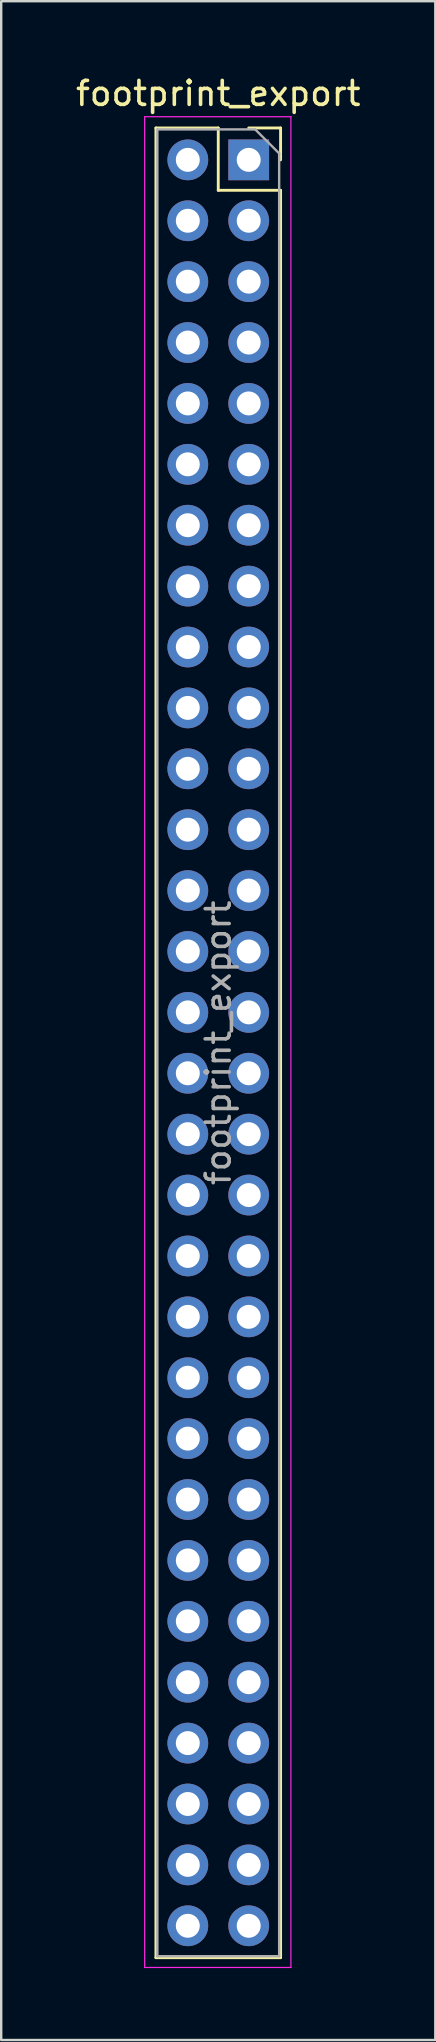
<source format=kicad_pcb>
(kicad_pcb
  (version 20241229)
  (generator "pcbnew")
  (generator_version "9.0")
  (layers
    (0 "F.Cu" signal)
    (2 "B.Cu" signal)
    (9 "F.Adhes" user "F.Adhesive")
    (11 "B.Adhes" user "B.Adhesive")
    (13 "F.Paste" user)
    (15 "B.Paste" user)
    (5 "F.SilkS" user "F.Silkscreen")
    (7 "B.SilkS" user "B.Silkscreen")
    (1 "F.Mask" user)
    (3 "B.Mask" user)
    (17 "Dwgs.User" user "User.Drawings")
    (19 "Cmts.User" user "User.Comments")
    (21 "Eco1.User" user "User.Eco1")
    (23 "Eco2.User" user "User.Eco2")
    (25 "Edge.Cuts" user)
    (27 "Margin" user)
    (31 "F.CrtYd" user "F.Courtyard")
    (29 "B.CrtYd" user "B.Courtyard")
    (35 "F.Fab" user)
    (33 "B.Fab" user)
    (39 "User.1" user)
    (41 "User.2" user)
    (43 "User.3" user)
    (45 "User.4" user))
  (footprint "footprint_export"
    (layer "F.Cu")
    (at 7.324 3.618)
    (property "Reference" "footprint_export" (at -1.27 -2.77 0) (layer "F.SilkS") (effects (font (size 1 1) (thickness 0.15))))
    (attr through_hole)
    (fp_line (start -3.87 -1.33) (end -3.87 74.99) (stroke (width 0.12) (type solid)) (layer "F.SilkS"))
    (fp_line (start -3.87 -1.33) (end -1.27 -1.33) (stroke (width 0.12) (type solid)) (layer "F.SilkS"))
    (fp_line (start -3.87 74.99) (end 1.33 74.99) (stroke (width 0.12) (type solid)) (layer "F.SilkS"))
    (fp_line (start -1.27 -1.33) (end -1.27 1.27) (stroke (width 0.12) (type solid)) (layer "F.SilkS"))
    (fp_line (start -1.27 1.27) (end 1.33 1.27) (stroke (width 0.12) (type solid)) (layer "F.SilkS"))
    (fp_line (start 0 -1.33) (end 1.33 -1.33) (stroke (width 0.12) (type solid)) (layer "F.SilkS"))
    (fp_line (start 1.33 -1.33) (end 1.33 0) (stroke (width 0.12) (type solid)) (layer "F.SilkS"))
    (fp_line (start 1.33 1.27) (end 1.33 74.99) (stroke (width 0.12) (type solid)) (layer "F.SilkS"))
    (fp_line (start -4.34 -1.8) (end 1.76 -1.8) (stroke (width 0.05) (type solid)) (layer "F.CrtYd"))
    (fp_line (start -4.34 75.4) (end -4.34 -1.8) (stroke (width 0.05) (type solid)) (layer "F.CrtYd"))
    (fp_line (start 1.76 -1.8) (end 1.76 75.4) (stroke (width 0.05) (type solid)) (layer "F.CrtYd"))
    (fp_line (start 1.76 75.4) (end -4.34 75.4) (stroke (width 0.05) (type solid)) (layer "F.CrtYd"))
    (fp_line (start -3.81 -1.27) (end 0.27 -1.27) (stroke (width 0.1) (type solid)) (layer "F.Fab"))
    (fp_line (start -3.81 74.93) (end -3.81 -1.27) (stroke (width 0.1) (type solid)) (layer "F.Fab"))
    (fp_line (start 0.27 -1.27) (end 1.27 -0.27) (stroke (width 0.1) (type solid)) (layer "F.Fab"))
    (fp_line (start 1.27 -0.27) (end 1.27 74.93) (stroke (width 0.1) (type solid)) (layer "F.Fab"))
    (fp_line (start 1.27 74.93) (end -3.81 74.93) (stroke (width 0.1) (type solid)) (layer "F.Fab"))
    (fp_text user "${REFERENCE}" (at -1.27 36.83 90) (layer "F.Fab") (effects (font (size 1 1) (thickness 0.15))))
    (pad "1" thru_hole rect (at 0 0) (size 1.7 1.7) (drill 1) (layers "*.Cu" "*.Mask"))
    (pad "2" thru_hole oval (at -2.54 0) (size 1.7 1.7) (drill 1) (layers "*.Cu" "*.Mask"))
    (pad "3" thru_hole oval (at 0 2.54) (size 1.7 1.7) (drill 1) (layers "*.Cu" "*.Mask"))
    (pad "4" thru_hole oval (at -2.54 2.54) (size 1.7 1.7) (drill 1) (layers "*.Cu" "*.Mask"))
    (pad "5" thru_hole oval (at 0 5.08) (size 1.7 1.7) (drill 1) (layers "*.Cu" "*.Mask"))
    (pad "6" thru_hole oval (at -2.54 5.08) (size 1.7 1.7) (drill 1) (layers "*.Cu" "*.Mask"))
    (pad "7" thru_hole oval (at 0 7.62) (size 1.7 1.7) (drill 1) (layers "*.Cu" "*.Mask"))
    (pad "8" thru_hole oval (at -2.54 7.62) (size 1.7 1.7) (drill 1) (layers "*.Cu" "*.Mask"))
    (pad "9" thru_hole oval (at 0 10.16) (size 1.7 1.7) (drill 1) (layers "*.Cu" "*.Mask"))
    (pad "10" thru_hole oval (at -2.54 10.16) (size 1.7 1.7) (drill 1) (layers "*.Cu" "*.Mask"))
    (pad "11" thru_hole oval (at 0 12.7) (size 1.7 1.7) (drill 1) (layers "*.Cu" "*.Mask"))
    (pad "12" thru_hole oval (at -2.54 12.7) (size 1.7 1.7) (drill 1) (layers "*.Cu" "*.Mask"))
    (pad "13" thru_hole oval (at 0 15.24) (size 1.7 1.7) (drill 1) (layers "*.Cu" "*.Mask"))
    (pad "14" thru_hole oval (at -2.54 15.24) (size 1.7 1.7) (drill 1) (layers "*.Cu" "*.Mask"))
    (pad "15" thru_hole oval (at 0 17.78) (size 1.7 1.7) (drill 1) (layers "*.Cu" "*.Mask"))
    (pad "16" thru_hole oval (at -2.54 17.78) (size 1.7 1.7) (drill 1) (layers "*.Cu" "*.Mask"))
    (pad "17" thru_hole oval (at 0 20.32) (size 1.7 1.7) (drill 1) (layers "*.Cu" "*.Mask"))
    (pad "18" thru_hole oval (at -2.54 20.32) (size 1.7 1.7) (drill 1) (layers "*.Cu" "*.Mask"))
    (pad "19" thru_hole oval (at 0 22.86) (size 1.7 1.7) (drill 1) (layers "*.Cu" "*.Mask"))
    (pad "20" thru_hole oval (at -2.54 22.86) (size 1.7 1.7) (drill 1) (layers "*.Cu" "*.Mask"))
    (pad "21" thru_hole oval (at 0 25.4) (size 1.7 1.7) (drill 1) (layers "*.Cu" "*.Mask"))
    (pad "22" thru_hole oval (at -2.54 25.4) (size 1.7 1.7) (drill 1) (layers "*.Cu" "*.Mask"))
    (pad "23" thru_hole oval (at 0 27.94) (size 1.7 1.7) (drill 1) (layers "*.Cu" "*.Mask"))
    (pad "24" thru_hole oval (at -2.54 27.94) (size 1.7 1.7) (drill 1) (layers "*.Cu" "*.Mask"))
    (pad "25" thru_hole oval (at 0 30.48) (size 1.7 1.7) (drill 1) (layers "*.Cu" "*.Mask"))
    (pad "26" thru_hole oval (at -2.54 30.48) (size 1.7 1.7) (drill 1) (layers "*.Cu" "*.Mask"))
    (pad "27" thru_hole oval (at 0 33.02) (size 1.7 1.7) (drill 1) (layers "*.Cu" "*.Mask"))
    (pad "28" thru_hole oval (at -2.54 33.02) (size 1.7 1.7) (drill 1) (layers "*.Cu" "*.Mask"))
    (pad "29" thru_hole oval (at 0 35.56) (size 1.7 1.7) (drill 1) (layers "*.Cu" "*.Mask"))
    (pad "30" thru_hole oval (at -2.54 35.56) (size 1.7 1.7) (drill 1) (layers "*.Cu" "*.Mask"))
    (pad "31" thru_hole oval (at 0 38.1) (size 1.7 1.7) (drill 1) (layers "*.Cu" "*.Mask"))
    (pad "32" thru_hole oval (at -2.54 38.1) (size 1.7 1.7) (drill 1) (layers "*.Cu" "*.Mask"))
    (pad "33" thru_hole oval (at 0 40.64) (size 1.7 1.7) (drill 1) (layers "*.Cu" "*.Mask"))
    (pad "34" thru_hole oval (at -2.54 40.64) (size 1.7 1.7) (drill 1) (layers "*.Cu" "*.Mask"))
    (pad "35" thru_hole oval (at 0 43.18) (size 1.7 1.7) (drill 1) (layers "*.Cu" "*.Mask"))
    (pad "36" thru_hole oval (at -2.54 43.18) (size 1.7 1.7) (drill 1) (layers "*.Cu" "*.Mask"))
    (pad "37" thru_hole oval (at 0 45.72) (size 1.7 1.7) (drill 1) (layers "*.Cu" "*.Mask"))
    (pad "38" thru_hole oval (at -2.54 45.72) (size 1.7 1.7) (drill 1) (layers "*.Cu" "*.Mask"))
    (pad "39" thru_hole oval (at 0 48.26) (size 1.7 1.7) (drill 1) (layers "*.Cu" "*.Mask"))
    (pad "40" thru_hole oval (at -2.54 48.26) (size 1.7 1.7) (drill 1) (layers "*.Cu" "*.Mask"))
    (pad "41" thru_hole oval (at 0 50.8) (size 1.7 1.7) (drill 1) (layers "*.Cu" "*.Mask"))
    (pad "42" thru_hole oval (at -2.54 50.8) (size 1.7 1.7) (drill 1) (layers "*.Cu" "*.Mask"))
    (pad "43" thru_hole oval (at 0 53.34) (size 1.7 1.7) (drill 1) (layers "*.Cu" "*.Mask"))
    (pad "44" thru_hole oval (at -2.54 53.34) (size 1.7 1.7) (drill 1) (layers "*.Cu" "*.Mask"))
    (pad "45" thru_hole oval (at 0 55.88) (size 1.7 1.7) (drill 1) (layers "*.Cu" "*.Mask"))
    (pad "46" thru_hole oval (at -2.54 55.88) (size 1.7 1.7) (drill 1) (layers "*.Cu" "*.Mask"))
    (pad "47" thru_hole oval (at 0 58.42) (size 1.7 1.7) (drill 1) (layers "*.Cu" "*.Mask"))
    (pad "48" thru_hole oval (at -2.54 58.42) (size 1.7 1.7) (drill 1) (layers "*.Cu" "*.Mask"))
    (pad "49" thru_hole oval (at 0 60.96) (size 1.7 1.7) (drill 1) (layers "*.Cu" "*.Mask"))
    (pad "50" thru_hole oval (at -2.54 60.96) (size 1.7 1.7) (drill 1) (layers "*.Cu" "*.Mask"))
    (pad "51" thru_hole oval (at 0 63.5) (size 1.7 1.7) (drill 1) (layers "*.Cu" "*.Mask"))
    (pad "52" thru_hole oval (at -2.54 63.5) (size 1.7 1.7) (drill 1) (layers "*.Cu" "*.Mask"))
    (pad "53" thru_hole oval (at 0 66.04) (size 1.7 1.7) (drill 1) (layers "*.Cu" "*.Mask"))
    (pad "54" thru_hole oval (at -2.54 66.04) (size 1.7 1.7) (drill 1) (layers "*.Cu" "*.Mask"))
    (pad "55" thru_hole oval (at 0 68.58) (size 1.7 1.7) (drill 1) (layers "*.Cu" "*.Mask"))
    (pad "56" thru_hole oval (at -2.54 68.58) (size 1.7 1.7) (drill 1) (layers "*.Cu" "*.Mask"))
    (pad "57" thru_hole oval (at 0 71.12) (size 1.7 1.7) (drill 1) (layers "*.Cu" "*.Mask"))
    (pad "58" thru_hole oval (at -2.54 71.12) (size 1.7 1.7) (drill 1) (layers "*.Cu" "*.Mask"))
    (pad "59" thru_hole oval (at 0 73.66) (size 1.7 1.7) (drill 1) (layers "*.Cu" "*.Mask"))
    (pad "60" thru_hole oval (at -2.54 73.66) (size 1.7 1.7) (drill 1) (layers "*.Cu" "*.Mask")))
  (gr_rect
    (start -3 -3)
    (end 15.107 82.043)
    (stroke (width 0.1) (type default))
    (fill no)
    (layer "Edge.Cuts")))
</source>
